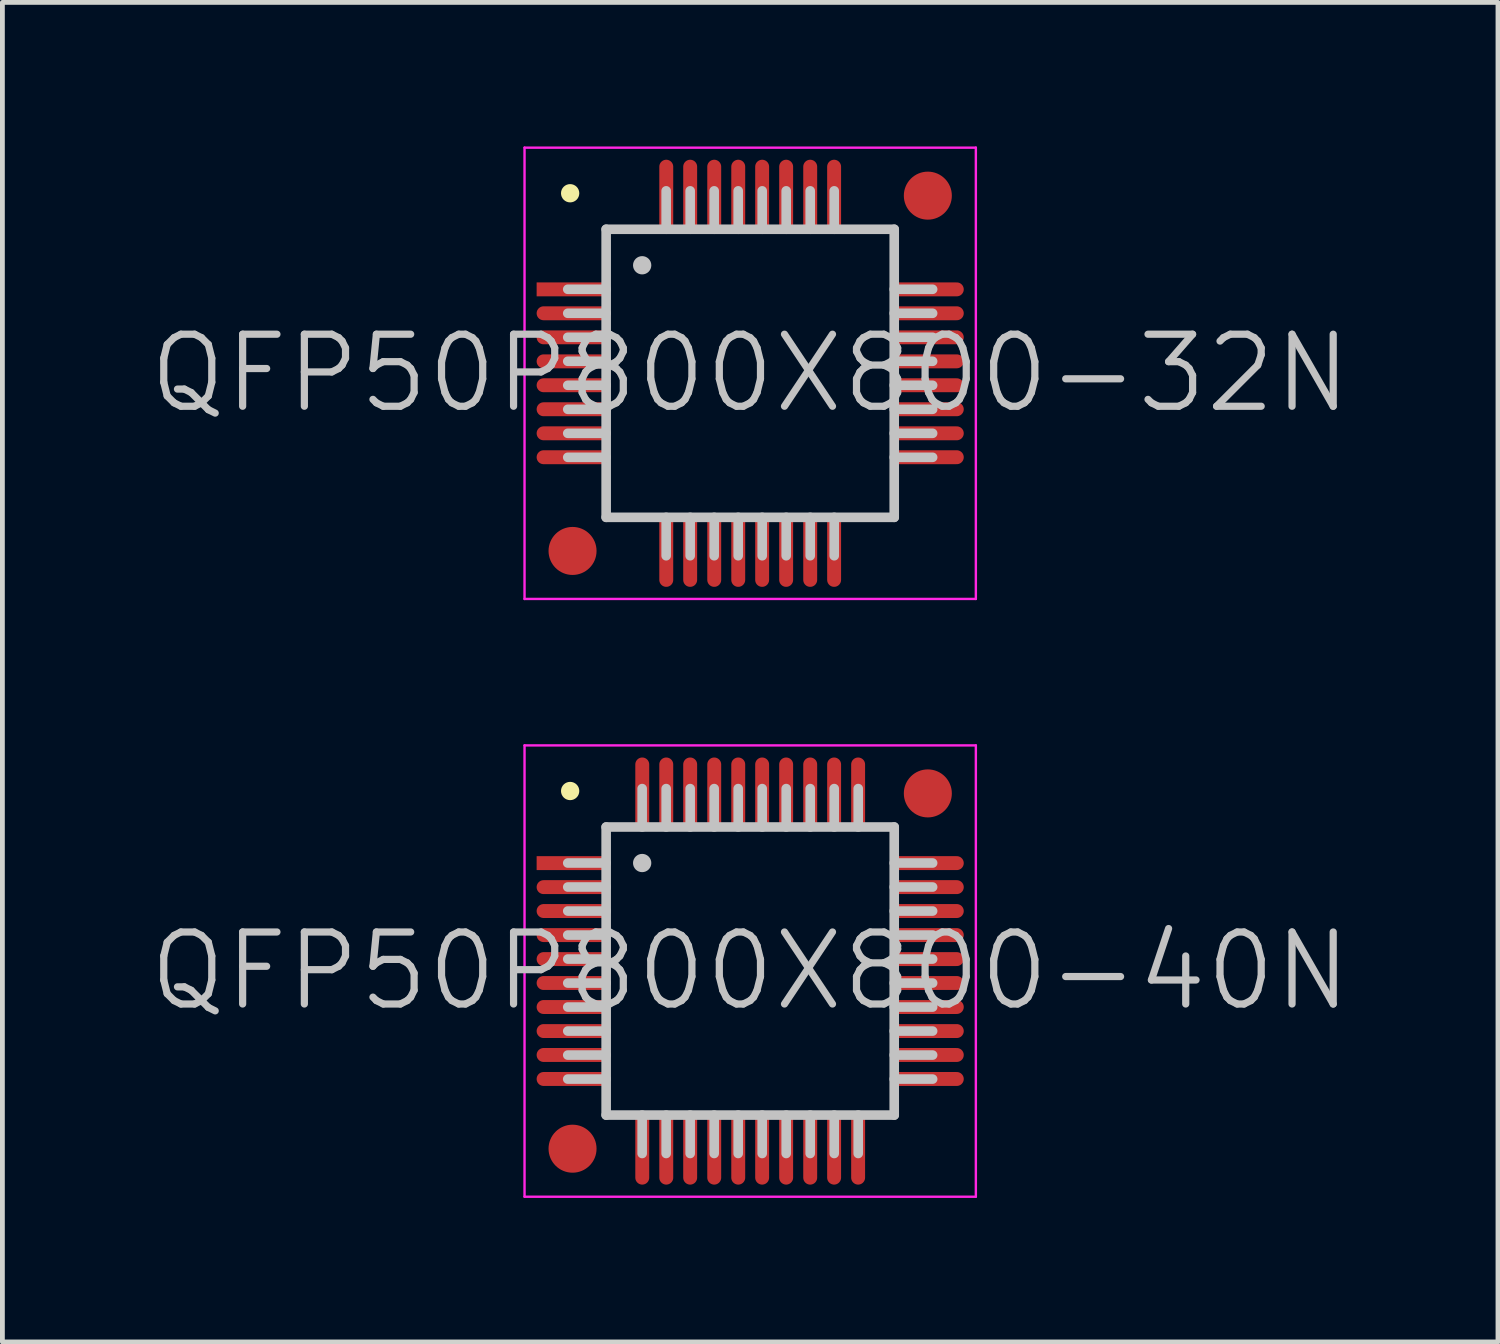
<source format=kicad_pcb>
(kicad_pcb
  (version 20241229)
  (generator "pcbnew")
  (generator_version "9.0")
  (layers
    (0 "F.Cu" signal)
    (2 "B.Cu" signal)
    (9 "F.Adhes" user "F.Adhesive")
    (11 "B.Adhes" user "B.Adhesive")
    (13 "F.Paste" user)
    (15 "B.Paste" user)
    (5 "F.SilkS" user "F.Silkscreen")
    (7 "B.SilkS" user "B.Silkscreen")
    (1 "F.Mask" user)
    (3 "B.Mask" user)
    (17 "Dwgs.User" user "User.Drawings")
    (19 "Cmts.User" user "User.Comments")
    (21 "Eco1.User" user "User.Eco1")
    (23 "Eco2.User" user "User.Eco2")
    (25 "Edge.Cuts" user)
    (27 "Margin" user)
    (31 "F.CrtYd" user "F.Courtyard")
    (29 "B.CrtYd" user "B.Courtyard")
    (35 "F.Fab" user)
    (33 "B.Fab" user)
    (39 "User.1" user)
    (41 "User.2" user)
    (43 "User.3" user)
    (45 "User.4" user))
  (footprint "QFP50P800X800-40N"
    (layer "F.Cu")
    (at 12.575 17.175)
    (property "Reference" "QFP50P800X800-40N" (at 0 0 0) (layer "Dwgs.User") (effects (font (size 1.5 1.5) (thickness 0.15))))
    (attr smd)
    (fp_line (start -3.75 -3.75) (end -3.75 -3.75) (stroke (width 0.381) (type solid)) (layer "F.SilkS"))
    (fp_line (start -3 -3) (end -3 3) (stroke (width 0.2) (type solid)) (layer "Dwgs.User"))
    (fp_line (start -3 -3) (end 3 -3) (stroke (width 0.2) (type solid)) (layer "Dwgs.User"))
    (fp_line (start -3 -2.25) (end -3.8 -2.25) (stroke (width 0.2) (type solid)) (layer "Dwgs.User"))
    (fp_line (start -3 -1.75) (end -3.8 -1.75) (stroke (width 0.2) (type solid)) (layer "Dwgs.User"))
    (fp_line (start -3 -1.25) (end -3.8 -1.25) (stroke (width 0.2) (type solid)) (layer "Dwgs.User"))
    (fp_line (start -3 -0.75) (end -3.8 -0.75) (stroke (width 0.2) (type solid)) (layer "Dwgs.User"))
    (fp_line (start -3 -0.25) (end -3.8 -0.25) (stroke (width 0.2) (type solid)) (layer "Dwgs.User"))
    (fp_line (start -3 0.25) (end -3.8 0.25) (stroke (width 0.2) (type solid)) (layer "Dwgs.User"))
    (fp_line (start -3 0.75) (end -3.8 0.75) (stroke (width 0.2) (type solid)) (layer "Dwgs.User"))
    (fp_line (start -3 1.25) (end -3.8 1.25) (stroke (width 0.2) (type solid)) (layer "Dwgs.User"))
    (fp_line (start -3 1.75) (end -3.8 1.75) (stroke (width 0.2) (type solid)) (layer "Dwgs.User"))
    (fp_line (start -3 2.25) (end -3.8 2.25) (stroke (width 0.2) (type solid)) (layer "Dwgs.User"))
    (fp_line (start -3 3) (end 3 3) (stroke (width 0.2) (type solid)) (layer "Dwgs.User"))
    (fp_line (start -2.25 -3) (end -2.25 -3.8) (stroke (width 0.2) (type solid)) (layer "Dwgs.User"))
    (fp_line (start -2.25 -2.25) (end -2.25 -2.25) (stroke (width 0.381) (type solid)) (layer "Dwgs.User"))
    (fp_line (start -2.25 3.8) (end -2.25 3) (stroke (width 0.2) (type solid)) (layer "Dwgs.User"))
    (fp_line (start -1.75 -3) (end -1.75 -3.8) (stroke (width 0.2) (type solid)) (layer "Dwgs.User"))
    (fp_line (start -1.75 3.8) (end -1.75 3) (stroke (width 0.2) (type solid)) (layer "Dwgs.User"))
    (fp_line (start -1.25 -3) (end -1.25 -3.8) (stroke (width 0.2) (type solid)) (layer "Dwgs.User"))
    (fp_line (start -1.25 3.8) (end -1.25 3) (stroke (width 0.2) (type solid)) (layer "Dwgs.User"))
    (fp_line (start -0.75 -3) (end -0.75 -3.8) (stroke (width 0.2) (type solid)) (layer "Dwgs.User"))
    (fp_line (start -0.75 3.8) (end -0.75 3) (stroke (width 0.2) (type solid)) (layer "Dwgs.User"))
    (fp_line (start -0.25 -3) (end -0.25 -3.8) (stroke (width 0.2) (type solid)) (layer "Dwgs.User"))
    (fp_line (start -0.25 3.8) (end -0.25 3) (stroke (width 0.2) (type solid)) (layer "Dwgs.User"))
    (fp_line (start 0.25 -3) (end 0.25 -3.8) (stroke (width 0.2) (type solid)) (layer "Dwgs.User"))
    (fp_line (start 0.25 3.8) (end 0.25 3) (stroke (width 0.2) (type solid)) (layer "Dwgs.User"))
    (fp_line (start 0.75 -3) (end 0.75 -3.8) (stroke (width 0.2) (type solid)) (layer "Dwgs.User"))
    (fp_line (start 0.75 3.8) (end 0.75 3) (stroke (width 0.2) (type solid)) (layer "Dwgs.User"))
    (fp_line (start 1.25 -3) (end 1.25 -3.8) (stroke (width 0.2) (type solid)) (layer "Dwgs.User"))
    (fp_line (start 1.25 3.8) (end 1.25 3) (stroke (width 0.2) (type solid)) (layer "Dwgs.User"))
    (fp_line (start 1.75 -3) (end 1.75 -3.8) (stroke (width 0.2) (type solid)) (layer "Dwgs.User"))
    (fp_line (start 1.75 3.8) (end 1.75 3) (stroke (width 0.2) (type solid)) (layer "Dwgs.User"))
    (fp_line (start 2.25 -3) (end 2.25 -3.8) (stroke (width 0.2) (type solid)) (layer "Dwgs.User"))
    (fp_line (start 2.25 3.8) (end 2.25 3) (stroke (width 0.2) (type solid)) (layer "Dwgs.User"))
    (fp_line (start 3 -3) (end 3 3) (stroke (width 0.2) (type solid)) (layer "Dwgs.User"))
    (fp_line (start 3.8 -2.25) (end 3 -2.25) (stroke (width 0.2) (type solid)) (layer "Dwgs.User"))
    (fp_line (start 3.8 -1.75) (end 3 -1.75) (stroke (width 0.2) (type solid)) (layer "Dwgs.User"))
    (fp_line (start 3.8 -1.25) (end 3 -1.25) (stroke (width 0.2) (type solid)) (layer "Dwgs.User"))
    (fp_line (start 3.8 -0.75) (end 3 -0.75) (stroke (width 0.2) (type solid)) (layer "Dwgs.User"))
    (fp_line (start 3.8 -0.25) (end 3 -0.25) (stroke (width 0.2) (type solid)) (layer "Dwgs.User"))
    (fp_line (start 3.8 0.25) (end 3 0.25) (stroke (width 0.2) (type solid)) (layer "Dwgs.User"))
    (fp_line (start 3.8 0.75) (end 3 0.75) (stroke (width 0.2) (type solid)) (layer "Dwgs.User"))
    (fp_line (start 3.8 1.25) (end 3 1.25) (stroke (width 0.2) (type solid)) (layer "Dwgs.User"))
    (fp_line (start 3.8 1.75) (end 3 1.75) (stroke (width 0.2) (type solid)) (layer "Dwgs.User"))
    (fp_line (start 3.8 2.25) (end 3 2.25) (stroke (width 0.2) (type solid)) (layer "Dwgs.User"))
    (fp_line (start -4.7 -4.7) (end -4.7 4.7) (stroke (width 0.05) (type solid)) (layer "F.CrtYd"))
    (fp_line (start -4.7 -4.7) (end 4.7 -4.7) (stroke (width 0.05) (type solid)) (layer "F.CrtYd"))
    (fp_line (start -4.7 4.7) (end 4.7 4.7) (stroke (width 0.05) (type solid)) (layer "F.CrtYd"))
    (fp_line (start 4.7 -4.7) (end 4.7 4.7) (stroke (width 0.05) (type solid)) (layer "F.CrtYd"))
    (pad "" smd circle (at -3.7 3.7) (size 1 1) (layers "F.Cu" "F.Mask"))
    (pad "" smd circle (at 3.7 -3.7) (size 1 1) (layers "F.Cu" "F.Mask"))
    (pad "1" smd rect (at -3.698 -2.248 90) (size 0.29 1.5) (layers "F.Cu" "F.Mask" "F.Paste"))
    (pad "2" smd oval (at -3.698 -1.748 90) (size 0.29 1.5) (layers "F.Cu" "F.Mask" "F.Paste"))
    (pad "3" smd oval (at -3.698 -1.25 90) (size 0.29 1.5) (layers "F.Cu" "F.Mask" "F.Paste"))
    (pad "4" smd oval (at -3.698 -0.749 90) (size 0.29 1.5) (layers "F.Cu" "F.Mask" "F.Paste"))
    (pad "5" smd oval (at -3.698 -0.249 90) (size 0.29 1.5) (layers "F.Cu" "F.Mask" "F.Paste"))
    (pad "6" smd oval (at -3.698 0.249 90) (size 0.29 1.5) (layers "F.Cu" "F.Mask" "F.Paste"))
    (pad "7" smd oval (at -3.698 0.749 90) (size 0.29 1.5) (layers "F.Cu" "F.Mask" "F.Paste"))
    (pad "8" smd oval (at -3.698 1.25 90) (size 0.29 1.5) (layers "F.Cu" "F.Mask" "F.Paste"))
    (pad "9" smd oval (at -3.698 1.748 90) (size 0.29 1.5) (layers "F.Cu" "F.Mask" "F.Paste"))
    (pad "10" smd oval (at -3.698 2.248 90) (size 0.29 1.5) (layers "F.Cu" "F.Mask" "F.Paste"))
    (pad "11" smd oval (at -2.248 3.698 180) (size 0.29 1.5) (layers "F.Cu" "F.Mask" "F.Paste"))
    (pad "12" smd oval (at -1.748 3.698 180) (size 0.29 1.5) (layers "F.Cu" "F.Mask" "F.Paste"))
    (pad "13" smd oval (at -1.25 3.698 180) (size 0.29 1.5) (layers "F.Cu" "F.Mask" "F.Paste"))
    (pad "14" smd oval (at -0.749 3.698 180) (size 0.29 1.5) (layers "F.Cu" "F.Mask" "F.Paste"))
    (pad "15" smd oval (at -0.249 3.698 180) (size 0.29 1.5) (layers "F.Cu" "F.Mask" "F.Paste"))
    (pad "16" smd oval (at 0.249 3.698 180) (size 0.29 1.5) (layers "F.Cu" "F.Mask" "F.Paste"))
    (pad "17" smd oval (at 0.749 3.698 180) (size 0.29 1.5) (layers "F.Cu" "F.Mask" "F.Paste"))
    (pad "18" smd oval (at 1.25 3.698 180) (size 0.29 1.5) (layers "F.Cu" "F.Mask" "F.Paste"))
    (pad "19" smd oval (at 1.748 3.698 180) (size 0.29 1.5) (layers "F.Cu" "F.Mask" "F.Paste"))
    (pad "20" smd oval (at 2.248 3.698 180) (size 0.29 1.5) (layers "F.Cu" "F.Mask" "F.Paste"))
    (pad "21" smd oval (at 3.698 2.248 270) (size 0.29 1.5) (layers "F.Cu" "F.Mask" "F.Paste"))
    (pad "22" smd oval (at 3.698 1.748 270) (size 0.29 1.5) (layers "F.Cu" "F.Mask" "F.Paste"))
    (pad "23" smd oval (at 3.698 1.25 270) (size 0.29 1.5) (layers "F.Cu" "F.Mask" "F.Paste"))
    (pad "24" smd oval (at 3.698 0.749 270) (size 0.29 1.5) (layers "F.Cu" "F.Mask" "F.Paste"))
    (pad "25" smd oval (at 3.698 0.249 270) (size 0.29 1.5) (layers "F.Cu" "F.Mask" "F.Paste"))
    (pad "26" smd oval (at 3.698 -0.249 270) (size 0.29 1.5) (layers "F.Cu" "F.Mask" "F.Paste"))
    (pad "27" smd oval (at 3.698 -0.749 270) (size 0.29 1.5) (layers "F.Cu" "F.Mask" "F.Paste"))
    (pad "28" smd oval (at 3.698 -1.25 270) (size 0.29 1.5) (layers "F.Cu" "F.Mask" "F.Paste"))
    (pad "29" smd oval (at 3.698 -1.748 270) (size 0.29 1.5) (layers "F.Cu" "F.Mask" "F.Paste"))
    (pad "30" smd oval (at 3.698 -2.248 270) (size 0.29 1.5) (layers "F.Cu" "F.Mask" "F.Paste"))
    (pad "31" smd oval (at 2.248 -3.698) (size 0.29 1.5) (layers "F.Cu" "F.Mask" "F.Paste"))
    (pad "32" smd oval (at 1.748 -3.698) (size 0.29 1.5) (layers "F.Cu" "F.Mask" "F.Paste"))
    (pad "33" smd oval (at 1.25 -3.698) (size 0.29 1.5) (layers "F.Cu" "F.Mask" "F.Paste"))
    (pad "34" smd oval (at 0.749 -3.698) (size 0.29 1.5) (layers "F.Cu" "F.Mask" "F.Paste"))
    (pad "35" smd oval (at 0.249 -3.698) (size 0.29 1.5) (layers "F.Cu" "F.Mask" "F.Paste"))
    (pad "36" smd oval (at -0.249 -3.698) (size 0.29 1.5) (layers "F.Cu" "F.Mask" "F.Paste"))
    (pad "37" smd oval (at -0.749 -3.698) (size 0.29 1.5) (layers "F.Cu" "F.Mask" "F.Paste"))
    (pad "38" smd oval (at -1.25 -3.698) (size 0.29 1.5) (layers "F.Cu" "F.Mask" "F.Paste"))
    (pad "39" smd oval (at -1.748 -3.698) (size 0.29 1.5) (layers "F.Cu" "F.Mask" "F.Paste"))
    (pad "40" smd oval (at -2.248 -3.698) (size 0.29 1.5) (layers "F.Cu" "F.Mask" "F.Paste")))
  (footprint "QFP50P800X800-32N"
    (layer "F.Cu")
    (at 12.575 4.725)
    (property "Reference" "QFP50P800X800-32N" (at 0 0 0) (layer "Dwgs.User") (effects (font (size 1.5 1.5) (thickness 0.15))))
    (attr smd)
    (fp_line (start -3.75 -3.75) (end -3.75 -3.75) (stroke (width 0.381) (type solid)) (layer "F.SilkS"))
    (fp_line (start -3 -3) (end -3 3) (stroke (width 0.2) (type solid)) (layer "Dwgs.User"))
    (fp_line (start -3 -3) (end 3 -3) (stroke (width 0.2) (type solid)) (layer "Dwgs.User"))
    (fp_line (start -3 -1.75) (end -3.8 -1.75) (stroke (width 0.2) (type solid)) (layer "Dwgs.User"))
    (fp_line (start -3 -1.25) (end -3.8 -1.25) (stroke (width 0.2) (type solid)) (layer "Dwgs.User"))
    (fp_line (start -3 -0.75) (end -3.8 -0.75) (stroke (width 0.2) (type solid)) (layer "Dwgs.User"))
    (fp_line (start -3 -0.25) (end -3.8 -0.25) (stroke (width 0.2) (type solid)) (layer "Dwgs.User"))
    (fp_line (start -3 0.25) (end -3.8 0.25) (stroke (width 0.2) (type solid)) (layer "Dwgs.User"))
    (fp_line (start -3 0.75) (end -3.8 0.75) (stroke (width 0.2) (type solid)) (layer "Dwgs.User"))
    (fp_line (start -3 1.25) (end -3.8 1.25) (stroke (width 0.2) (type solid)) (layer "Dwgs.User"))
    (fp_line (start -3 1.75) (end -3.8 1.75) (stroke (width 0.2) (type solid)) (layer "Dwgs.User"))
    (fp_line (start -3 3) (end 3 3) (stroke (width 0.2) (type solid)) (layer "Dwgs.User"))
    (fp_line (start -2.25 -2.25) (end -2.25 -2.25) (stroke (width 0.381) (type solid)) (layer "Dwgs.User"))
    (fp_line (start -1.75 -3) (end -1.75 -3.8) (stroke (width 0.2) (type solid)) (layer "Dwgs.User"))
    (fp_line (start -1.75 3.8) (end -1.75 3) (stroke (width 0.2) (type solid)) (layer "Dwgs.User"))
    (fp_line (start -1.25 -3) (end -1.25 -3.8) (stroke (width 0.2) (type solid)) (layer "Dwgs.User"))
    (fp_line (start -1.25 3.8) (end -1.25 3) (stroke (width 0.2) (type solid)) (layer "Dwgs.User"))
    (fp_line (start -0.75 -3) (end -0.75 -3.8) (stroke (width 0.2) (type solid)) (layer "Dwgs.User"))
    (fp_line (start -0.75 3.8) (end -0.75 3) (stroke (width 0.2) (type solid)) (layer "Dwgs.User"))
    (fp_line (start -0.25 -3) (end -0.25 -3.8) (stroke (width 0.2) (type solid)) (layer "Dwgs.User"))
    (fp_line (start -0.25 3.8) (end -0.25 3) (stroke (width 0.2) (type solid)) (layer "Dwgs.User"))
    (fp_line (start 0.25 -3) (end 0.25 -3.8) (stroke (width 0.2) (type solid)) (layer "Dwgs.User"))
    (fp_line (start 0.25 3.8) (end 0.25 3) (stroke (width 0.2) (type solid)) (layer "Dwgs.User"))
    (fp_line (start 0.75 -3) (end 0.75 -3.8) (stroke (width 0.2) (type solid)) (layer "Dwgs.User"))
    (fp_line (start 0.75 3.8) (end 0.75 3) (stroke (width 0.2) (type solid)) (layer "Dwgs.User"))
    (fp_line (start 1.25 -3) (end 1.25 -3.8) (stroke (width 0.2) (type solid)) (layer "Dwgs.User"))
    (fp_line (start 1.25 3.8) (end 1.25 3) (stroke (width 0.2) (type solid)) (layer "Dwgs.User"))
    (fp_line (start 1.75 -3) (end 1.75 -3.8) (stroke (width 0.2) (type solid)) (layer "Dwgs.User"))
    (fp_line (start 1.75 3.8) (end 1.75 3) (stroke (width 0.2) (type solid)) (layer "Dwgs.User"))
    (fp_line (start 3 -3) (end 3 3) (stroke (width 0.2) (type solid)) (layer "Dwgs.User"))
    (fp_line (start 3.8 -1.75) (end 3 -1.75) (stroke (width 0.2) (type solid)) (layer "Dwgs.User"))
    (fp_line (start 3.8 -1.25) (end 3 -1.25) (stroke (width 0.2) (type solid)) (layer "Dwgs.User"))
    (fp_line (start 3.8 -0.75) (end 3 -0.75) (stroke (width 0.2) (type solid)) (layer "Dwgs.User"))
    (fp_line (start 3.8 -0.25) (end 3 -0.25) (stroke (width 0.2) (type solid)) (layer "Dwgs.User"))
    (fp_line (start 3.8 0.25) (end 3 0.25) (stroke (width 0.2) (type solid)) (layer "Dwgs.User"))
    (fp_line (start 3.8 0.75) (end 3 0.75) (stroke (width 0.2) (type solid)) (layer "Dwgs.User"))
    (fp_line (start 3.8 1.25) (end 3 1.25) (stroke (width 0.2) (type solid)) (layer "Dwgs.User"))
    (fp_line (start 3.8 1.75) (end 3 1.75) (stroke (width 0.2) (type solid)) (layer "Dwgs.User"))
    (fp_line (start -4.7 -4.7) (end -4.7 4.7) (stroke (width 0.05) (type solid)) (layer "F.CrtYd"))
    (fp_line (start -4.7 -4.7) (end 4.7 -4.7) (stroke (width 0.05) (type solid)) (layer "F.CrtYd"))
    (fp_line (start -4.7 4.7) (end 4.7 4.7) (stroke (width 0.05) (type solid)) (layer "F.CrtYd"))
    (fp_line (start 4.7 -4.7) (end 4.7 4.7) (stroke (width 0.05) (type solid)) (layer "F.CrtYd"))
    (pad "" smd circle (at -3.7 3.7) (size 1 1) (layers "F.Cu" "F.Mask"))
    (pad "" smd circle (at 3.7 -3.7) (size 1 1) (layers "F.Cu" "F.Mask"))
    (pad "1" smd rect (at -3.698 -1.748 90) (size 0.29 1.5) (layers "F.Cu" "F.Mask" "F.Paste"))
    (pad "2" smd oval (at -3.698 -1.25 90) (size 0.29 1.5) (layers "F.Cu" "F.Mask" "F.Paste"))
    (pad "3" smd oval (at -3.698 -0.749 90) (size 0.29 1.5) (layers "F.Cu" "F.Mask" "F.Paste"))
    (pad "4" smd oval (at -3.698 -0.249 90) (size 0.29 1.5) (layers "F.Cu" "F.Mask" "F.Paste"))
    (pad "5" smd oval (at -3.698 0.249 90) (size 0.29 1.5) (layers "F.Cu" "F.Mask" "F.Paste"))
    (pad "6" smd oval (at -3.698 0.749 90) (size 0.29 1.5) (layers "F.Cu" "F.Mask" "F.Paste"))
    (pad "7" smd oval (at -3.698 1.25 90) (size 0.29 1.5) (layers "F.Cu" "F.Mask" "F.Paste"))
    (pad "8" smd oval (at -3.698 1.748 90) (size 0.29 1.5) (layers "F.Cu" "F.Mask" "F.Paste"))
    (pad "9" smd oval (at -1.748 3.698 180) (size 0.29 1.5) (layers "F.Cu" "F.Mask" "F.Paste"))
    (pad "10" smd oval (at -1.25 3.698 180) (size 0.29 1.5) (layers "F.Cu" "F.Mask" "F.Paste"))
    (pad "11" smd oval (at -0.749 3.698 180) (size 0.29 1.5) (layers "F.Cu" "F.Mask" "F.Paste"))
    (pad "12" smd oval (at -0.249 3.698 180) (size 0.29 1.5) (layers "F.Cu" "F.Mask" "F.Paste"))
    (pad "13" smd oval (at 0.249 3.698 180) (size 0.29 1.5) (layers "F.Cu" "F.Mask" "F.Paste"))
    (pad "14" smd oval (at 0.749 3.698 180) (size 0.29 1.5) (layers "F.Cu" "F.Mask" "F.Paste"))
    (pad "15" smd oval (at 1.25 3.698 180) (size 0.29 1.5) (layers "F.Cu" "F.Mask" "F.Paste"))
    (pad "16" smd oval (at 1.748 3.698 180) (size 0.29 1.5) (layers "F.Cu" "F.Mask" "F.Paste"))
    (pad "17" smd oval (at 3.698 1.748 270) (size 0.29 1.5) (layers "F.Cu" "F.Mask" "F.Paste"))
    (pad "18" smd oval (at 3.698 1.25 270) (size 0.29 1.5) (layers "F.Cu" "F.Mask" "F.Paste"))
    (pad "19" smd oval (at 3.698 0.749 270) (size 0.29 1.5) (layers "F.Cu" "F.Mask" "F.Paste"))
    (pad "20" smd oval (at 3.698 0.249 270) (size 0.29 1.5) (layers "F.Cu" "F.Mask" "F.Paste"))
    (pad "21" smd oval (at 3.698 -0.249 270) (size 0.29 1.5) (layers "F.Cu" "F.Mask" "F.Paste"))
    (pad "22" smd oval (at 3.698 -0.749 270) (size 0.29 1.5) (layers "F.Cu" "F.Mask" "F.Paste"))
    (pad "23" smd oval (at 3.698 -1.25 270) (size 0.29 1.5) (layers "F.Cu" "F.Mask" "F.Paste"))
    (pad "24" smd oval (at 3.698 -1.748 270) (size 0.29 1.5) (layers "F.Cu" "F.Mask" "F.Paste"))
    (pad "25" smd oval (at 1.748 -3.698) (size 0.29 1.5) (layers "F.Cu" "F.Mask" "F.Paste"))
    (pad "26" smd oval (at 1.25 -3.698) (size 0.29 1.5) (layers "F.Cu" "F.Mask" "F.Paste"))
    (pad "27" smd oval (at 0.749 -3.698) (size 0.29 1.5) (layers "F.Cu" "F.Mask" "F.Paste"))
    (pad "28" smd oval (at 0.249 -3.698) (size 0.29 1.5) (layers "F.Cu" "F.Mask" "F.Paste"))
    (pad "29" smd oval (at -0.249 -3.698) (size 0.29 1.5) (layers "F.Cu" "F.Mask" "F.Paste"))
    (pad "30" smd oval (at -0.749 -3.698) (size 0.29 1.5) (layers "F.Cu" "F.Mask" "F.Paste"))
    (pad "31" smd oval (at -1.25 -3.698) (size 0.29 1.5) (layers "F.Cu" "F.Mask" "F.Paste"))
    (pad "32" smd oval (at -1.748 -3.698) (size 0.29 1.5) (layers "F.Cu" "F.Mask" "F.Paste")))
  (gr_rect
    (start -3 -3)
    (end 28.15 24.9)
    (stroke (width 0.1) (type default))
    (fill no)
    (layer "Edge.Cuts")))
</source>
